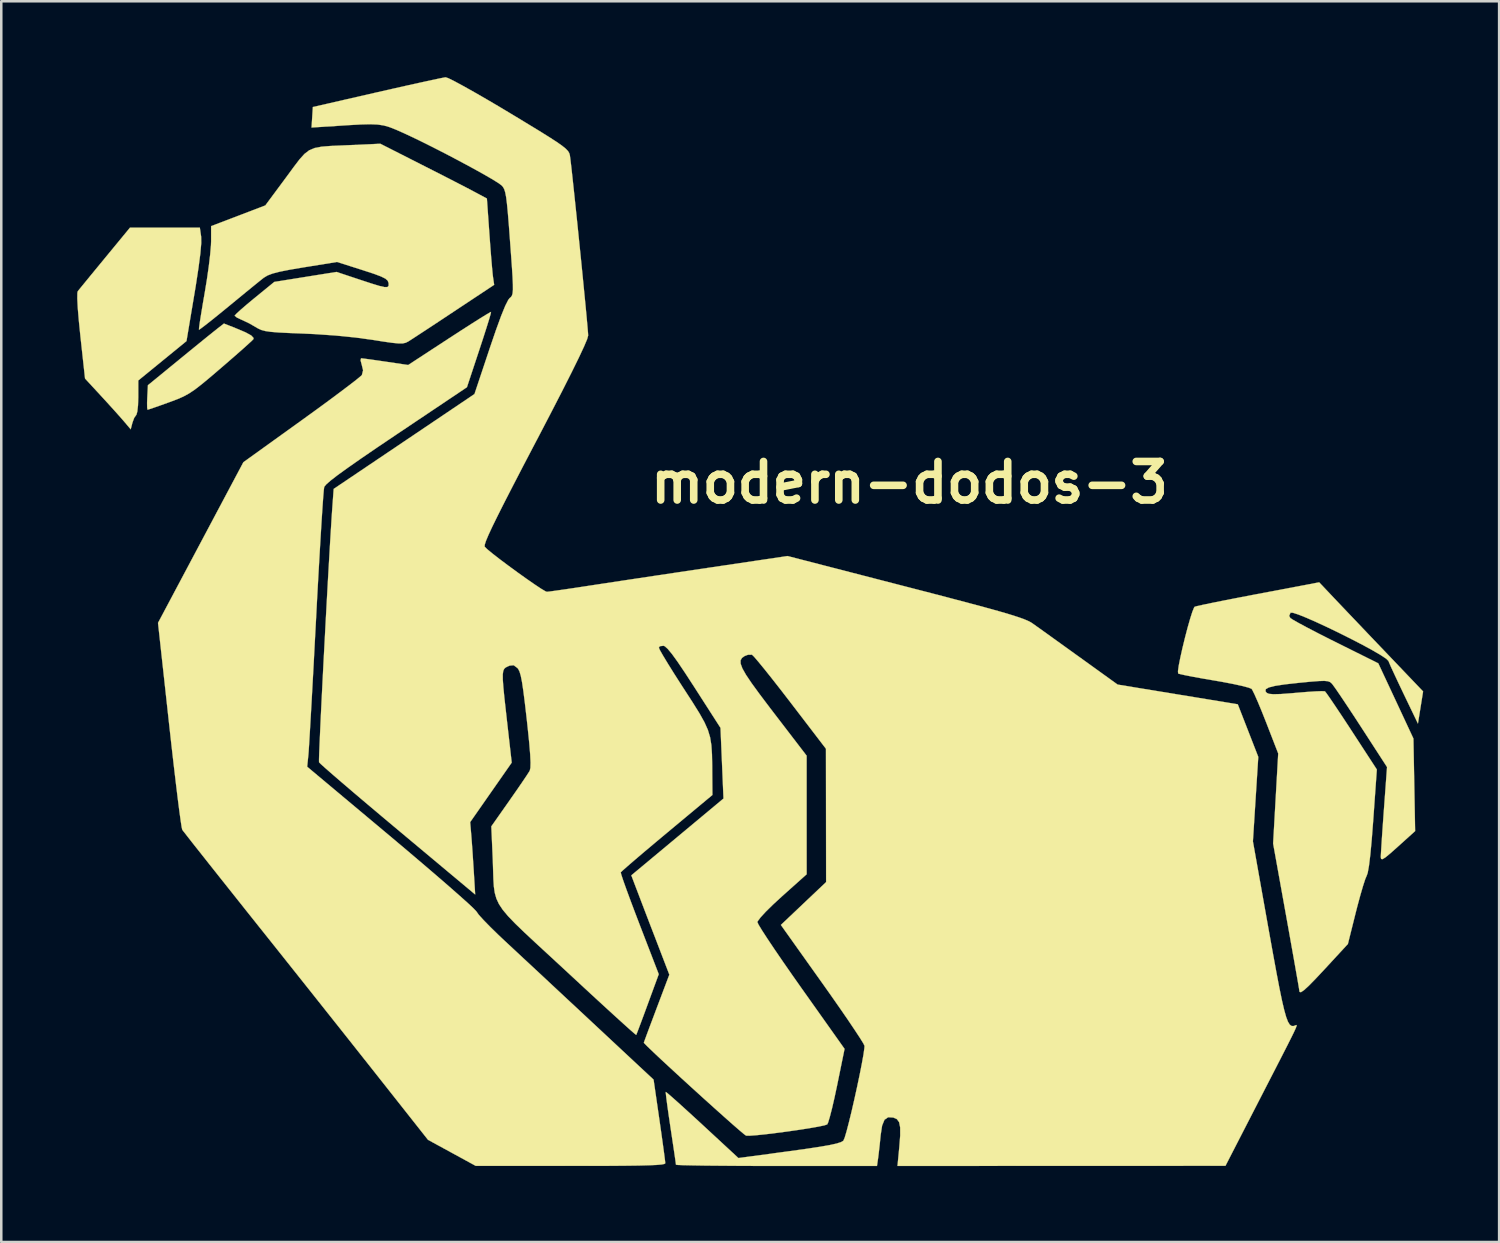
<source format=kicad_pcb>
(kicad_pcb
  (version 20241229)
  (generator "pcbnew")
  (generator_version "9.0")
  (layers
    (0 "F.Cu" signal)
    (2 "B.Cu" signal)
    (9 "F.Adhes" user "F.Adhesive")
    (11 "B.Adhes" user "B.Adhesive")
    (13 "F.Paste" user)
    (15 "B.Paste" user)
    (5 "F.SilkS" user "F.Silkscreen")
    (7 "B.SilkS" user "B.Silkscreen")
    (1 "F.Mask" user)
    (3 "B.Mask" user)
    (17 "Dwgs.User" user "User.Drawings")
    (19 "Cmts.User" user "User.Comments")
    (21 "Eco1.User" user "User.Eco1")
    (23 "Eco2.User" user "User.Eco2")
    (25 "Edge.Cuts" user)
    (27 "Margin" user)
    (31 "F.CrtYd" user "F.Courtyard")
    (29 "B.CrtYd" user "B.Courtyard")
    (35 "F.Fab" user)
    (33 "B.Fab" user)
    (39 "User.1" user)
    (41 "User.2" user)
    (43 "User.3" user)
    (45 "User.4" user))
  (footprint "modern-dodos-3"
    (layer "F.Cu")
    (at 32.895 16.022)
    (property "Reference" "modern-dodos-3" (at 0 0 0) (layer "F.SilkS") (effects (font (size 1.524 1.524) (thickness 0.3))))
    (attr through_hole)
    (fp_poly (pts (xy -26.607 -6.092) (xy -26.236 -5.935) (xy -26.014 -5.812) (xy -25.925 -5.716) (xy -25.926 -5.672) (xy -25.995 -5.601) (xy -26.173 -5.438) (xy -26.439 -5.2) (xy -26.774 -4.907) (xy -27.157 -4.575) (xy -27.196 -4.542) (xy -27.634 -4.167) (xy -27.974 -3.885) (xy -28.244 -3.676) (xy -28.474 -3.522) (xy -28.693 -3.402) (xy -28.928 -3.299) (xy -29.21 -3.192) (xy -29.259 -3.175) (xy -29.603 -3.051) (xy -29.883 -2.953) (xy -30.064 -2.893) (xy -30.113 -2.879) (xy -30.129 -2.955) (xy -30.132 -3.154) (xy -30.124 -3.363) (xy -30.099 -3.847) (xy -28.871 -4.852) (xy -28.463 -5.186) (xy -28.081 -5.497) (xy -27.752 -5.764) (xy -27.503 -5.964) (xy -27.369 -6.071) (xy -27.094 -6.285) (xy -26.607 -6.092)) (stroke (width 0.01) (type solid)) (fill yes) (layer "F.SilkS"))
    (fp_poly (pts (xy -27.995 -9.716) (xy -27.991 -9.469) (xy -28.026 -9.06) (xy -28.1 -8.49) (xy -28.211 -7.761) (xy -28.259 -7.473) (xy -28.575 -5.591) (xy -29.527 -4.813) (xy -30.48 -4.035) (xy -30.48 -3.377) (xy -30.49 -3.059) (xy -30.517 -2.811) (xy -30.554 -2.677) (xy -30.563 -2.668) (xy -30.642 -2.556) (xy -30.713 -2.36) (xy -30.779 -2.105) (xy -31.032 -2.404) (xy -31.195 -2.591) (xy -31.437 -2.862) (xy -31.722 -3.176) (xy -31.934 -3.407) (xy -32.584 -4.111) (xy -32.767 -5.785) (xy -32.829 -6.399) (xy -32.871 -6.899) (xy -32.89 -7.269) (xy -32.887 -7.496) (xy -32.872 -7.56) (xy -32.795 -7.656) (xy -32.629 -7.859) (xy -32.393 -8.148) (xy -32.104 -8.499) (xy -31.8 -8.869) (xy -30.807 -10.075) (xy -28.047 -10.075) (xy -27.995 -9.716)) (stroke (width 0.01) (type solid)) (fill yes) (layer "F.SilkS"))
    (fp_poly (pts (xy -19.326 -12.585) (xy -18.812 -12.324) (xy -18.314 -12.07) (xy -17.865 -11.839) (xy -17.497 -11.649) (xy -17.243 -11.515) (xy -17.22 -11.503) (xy -16.702 -11.226) (xy -16.603 -9.825) (xy -16.567 -9.331) (xy -16.531 -8.874) (xy -16.498 -8.491) (xy -16.472 -8.218) (xy -16.46 -8.12) (xy -16.415 -7.815) (xy -18.008 -6.76) (xy -18.48 -6.447) (xy -18.916 -6.159) (xy -19.293 -5.912) (xy -19.585 -5.721) (xy -19.77 -5.601) (xy -19.812 -5.575) (xy -19.91 -5.526) (xy -20.028 -5.5) (xy -20.196 -5.499) (xy -20.444 -5.523) (xy -20.803 -5.574) (xy -21.209 -5.639) (xy -21.891 -5.732) (xy -22.679 -5.811) (xy -23.507 -5.868) (xy -23.961 -5.889) (xy -24.521 -5.911) (xy -24.94 -5.932) (xy -25.244 -5.957) (xy -25.461 -5.989) (xy -25.619 -6.032) (xy -25.744 -6.089) (xy -25.823 -6.136) (xy -26.093 -6.291) (xy -26.363 -6.42) (xy -26.395 -6.433) (xy -26.578 -6.519) (xy -26.668 -6.589) (xy -26.67 -6.596) (xy -26.608 -6.668) (xy -26.44 -6.823) (xy -26.191 -7.038) (xy -25.887 -7.291) (xy -25.104 -7.93) (xy -23.875 -8.127) (xy -22.645 -8.324) (xy -21.715 -8.015) (xy -21.262 -7.866) (xy -20.946 -7.77) (xy -20.744 -7.725) (xy -20.632 -7.728) (xy -20.587 -7.777) (xy -20.586 -7.868) (xy -20.589 -7.892) (xy -20.622 -7.979) (xy -20.712 -8.059) (xy -20.885 -8.145) (xy -21.166 -8.251) (xy -21.583 -8.387) (xy -21.621 -8.4) (xy -22.625 -8.719) (xy -23.944 -8.506) (xy -24.483 -8.415) (xy -24.883 -8.336) (xy -25.169 -8.262) (xy -25.37 -8.186) (xy -25.513 -8.1) (xy -25.522 -8.094) (xy -25.673 -7.974) (xy -25.926 -7.769) (xy -26.255 -7.501) (xy -26.631 -7.192) (xy -26.919 -6.955) (xy -27.29 -6.652) (xy -27.613 -6.392) (xy -27.867 -6.193) (xy -28.03 -6.071) (xy -28.082 -6.041) (xy -28.076 -6.128) (xy -28.045 -6.354) (xy -27.991 -6.692) (xy -27.921 -7.114) (xy -27.854 -7.499) (xy -27.768 -8.024) (xy -27.694 -8.542) (xy -27.639 -9.008) (xy -27.607 -9.377) (xy -27.601 -9.534) (xy -27.601 -10.135) (xy -26.53 -10.544) (xy -25.459 -10.953) (xy -24.626 -12.077) (xy -24.333 -12.476) (xy -24.106 -12.774) (xy -23.913 -12.988) (xy -23.725 -13.132) (xy -23.508 -13.223) (xy -23.233 -13.275) (xy -22.867 -13.304) (xy -22.38 -13.325) (xy -22.078 -13.338) (xy -20.915 -13.391) (xy -19.326 -12.585)) (stroke (width 0.01) (type solid)) (fill yes) (layer "F.SilkS"))
    (fp_poly (pts (xy -16.555 -6.66) (xy -16.618 -6.441) (xy -16.72 -6.113) (xy -16.852 -5.701) (xy -17.002 -5.244) (xy -17.491 -3.768) (xy -20.281 -1.897) (xy -21.056 -1.375) (xy -21.695 -0.938) (xy -22.206 -0.58) (xy -22.598 -0.297) (xy -22.877 -0.081) (xy -23.051 0.072) (xy -23.129 0.168) (xy -23.132 0.177) (xy -23.148 0.297) (xy -23.171 0.571) (xy -23.2 0.982) (xy -23.235 1.516) (xy -23.274 2.156) (xy -23.317 2.887) (xy -23.363 3.694) (xy -23.411 4.561) (xy -23.451 5.334) (xy -23.5 6.249) (xy -23.546 7.126) (xy -23.591 7.947) (xy -23.632 8.696) (xy -23.67 9.356) (xy -23.702 9.91) (xy -23.728 10.343) (xy -23.747 10.636) (xy -23.757 10.759) (xy -23.805 11.231) (xy -20.49 14.007) (xy -19.844 14.551) (xy -19.237 15.067) (xy -18.681 15.543) (xy -18.189 15.969) (xy -17.774 16.334) (xy -17.448 16.626) (xy -17.225 16.836) (xy -17.115 16.951) (xy -17.107 16.965) (xy -17.024 17.081) (xy -16.837 17.288) (xy -16.57 17.561) (xy -16.245 17.879) (xy -15.991 18.119) (xy -15.682 18.406) (xy -15.272 18.788) (xy -14.782 19.244) (xy -14.235 19.754) (xy -13.653 20.297) (xy -13.057 20.852) (xy -12.529 21.345) (xy -10.114 23.598) (xy -9.882 25.198) (xy -9.81 25.703) (xy -9.747 26.155) (xy -9.697 26.523) (xy -9.664 26.782) (xy -9.651 26.901) (xy -9.651 26.903) (xy -9.685 26.929) (xy -9.795 26.951) (xy -9.993 26.969) (xy -10.292 26.982) (xy -10.702 26.993) (xy -11.237 27) (xy -11.908 27.005) (xy -12.729 27.007) (xy -13.399 27.007) (xy -17.145 27.005) (xy -18.087 26.49) (xy -19.03 25.976) (xy -20.878 23.635) (xy -21.305 23.095) (xy -21.818 22.447) (xy -22.398 21.715) (xy -23.027 20.923) (xy -23.685 20.094) (xy -24.353 19.254) (xy -25.012 18.426) (xy -25.643 17.634) (xy -25.697 17.567) (xy -26.249 16.874) (xy -26.77 16.218) (xy -27.251 15.613) (xy -27.682 15.07) (xy -28.053 14.601) (xy -28.354 14.22) (xy -28.575 13.937) (xy -28.708 13.767) (xy -28.742 13.72) (xy -28.766 13.614) (xy -28.805 13.357) (xy -28.859 12.965) (xy -28.924 12.455) (xy -28.998 11.845) (xy -29.08 11.151) (xy -29.167 10.391) (xy -29.257 9.581) (xy -29.258 9.573) (xy -29.7 5.546) (xy -28.013 2.371) (xy -26.326 -0.804) (xy -24.03 -2.455) (xy -23.477 -2.855) (xy -22.967 -3.228) (xy -22.517 -3.563) (xy -22.142 -3.846) (xy -21.86 -4.064) (xy -21.688 -4.206) (xy -21.642 -4.252) (xy -21.595 -4.438) (xy -21.648 -4.655) (xy -21.694 -4.828) (xy -21.676 -4.91) (xy -21.67 -4.911) (xy -21.56 -4.899) (xy -21.32 -4.867) (xy -20.99 -4.82) (xy -20.704 -4.778) (xy -19.813 -4.646) (xy -18.188 -5.708) (xy -17.724 -6.009) (xy -17.309 -6.275) (xy -16.964 -6.493) (xy -16.709 -6.65) (xy -16.563 -6.734) (xy -16.538 -6.744) (xy -16.555 -6.66)) (stroke (width 0.01) (type solid)) (fill yes) (layer "F.SilkS"))
    (fp_poly (pts (xy 16.79 4.575) (xy 17.023 4.82) (xy 17.347 5.161) (xy 17.738 5.571) (xy 18.168 6.023) (xy 18.613 6.489) (xy 18.844 6.731) (xy 20.299 8.255) (xy 20.095 9.525) (xy 19.537 8.365) (xy 19.339 7.949) (xy 19.165 7.578) (xy 19.029 7.283) (xy 18.947 7.094) (xy 18.931 7.052) (xy 18.841 6.962) (xy 18.625 6.819) (xy 18.309 6.634) (xy 17.917 6.42) (xy 17.474 6.19) (xy 17.005 5.955) (xy 16.536 5.728) (xy 16.091 5.521) (xy 15.696 5.347) (xy 15.375 5.218) (xy 15.154 5.146) (xy 15.059 5.142) (xy 15.006 5.27) (xy 15.051 5.352) (xy 15.151 5.42) (xy 15.38 5.55) (xy 15.715 5.73) (xy 16.132 5.947) (xy 16.609 6.189) (xy 16.835 6.302) (xy 18.528 7.144) (xy 19.223 8.631) (xy 19.917 10.118) (xy 19.951 11.946) (xy 19.984 13.774) (xy 19.305 14.387) (xy 19.006 14.653) (xy 18.809 14.815) (xy 18.694 14.885) (xy 18.64 14.875) (xy 18.627 14.802) (xy 18.634 14.659) (xy 18.651 14.377) (xy 18.676 13.984) (xy 18.709 13.511) (xy 18.746 12.987) (xy 18.751 12.924) (xy 18.874 11.244) (xy 17.851 9.665) (xy 17.546 9.197) (xy 17.264 8.771) (xy 17.022 8.409) (xy 16.834 8.135) (xy 16.715 7.972) (xy 16.69 7.942) (xy 16.624 7.885) (xy 16.533 7.851) (xy 16.389 7.838) (xy 16.163 7.845) (xy 15.826 7.872) (xy 15.376 7.916) (xy 14.835 7.976) (xy 14.449 8.035) (xy 14.202 8.097) (xy 14.081 8.166) (xy 14.071 8.247) (xy 14.119 8.311) (xy 14.207 8.35) (xy 14.386 8.366) (xy 14.678 8.358) (xy 15.106 8.326) (xy 15.286 8.31) (xy 15.696 8.276) (xy 16.044 8.253) (xy 16.295 8.244) (xy 16.417 8.25) (xy 16.421 8.252) (xy 16.484 8.332) (xy 16.625 8.533) (xy 16.829 8.834) (xy 17.082 9.213) (xy 17.369 9.649) (xy 17.478 9.817) (xy 18.471 11.341) (xy 18.328 13.349) (xy 18.27 14.102) (xy 18.214 14.703) (xy 18.16 15.146) (xy 18.109 15.428) (xy 18.073 15.531) (xy 18.013 15.672) (xy 17.925 15.944) (xy 17.817 16.314) (xy 17.7 16.748) (xy 17.643 16.971) (xy 17.327 18.236) (xy 16.444 19.193) (xy 16.065 19.598) (xy 15.786 19.884) (xy 15.592 20.061) (xy 15.473 20.141) (xy 15.418 20.132) (xy 15.409 20.09) (xy 15.395 19.995) (xy 15.354 19.753) (xy 15.289 19.384) (xy 15.205 18.906) (xy 15.104 18.34) (xy 14.991 17.704) (xy 14.891 17.148) (xy 14.372 14.266) (xy 14.573 10.707) (xy 14.097 9.481) (xy 13.926 9.05) (xy 13.769 8.672) (xy 13.639 8.377) (xy 13.548 8.194) (xy 13.521 8.153) (xy 13.406 8.106) (xy 13.155 8.039) (xy 12.798 7.961) (xy 12.365 7.878) (xy 12.065 7.826) (xy 11.602 7.747) (xy 11.195 7.673) (xy 10.875 7.61) (xy 10.673 7.564) (xy 10.619 7.547) (xy 10.611 7.454) (xy 10.642 7.232) (xy 10.705 6.916) (xy 10.789 6.539) (xy 10.887 6.136) (xy 10.99 5.741) (xy 11.091 5.387) (xy 11.179 5.109) (xy 11.248 4.94) (xy 11.272 4.908) (xy 11.369 4.882) (xy 11.611 4.828) (xy 11.977 4.752) (xy 12.445 4.658) (xy 12.993 4.551) (xy 13.602 4.434) (xy 13.765 4.403) (xy 16.192 3.943) (xy 16.79 4.575)) (stroke (width 0.01) (type solid)) (fill yes) (layer "F.SilkS"))
    (fp_poly (pts (xy -18.219 -15.978) (xy -17.981 -15.86) (xy -17.637 -15.674) (xy -17.204 -15.431) (xy -16.701 -15.141) (xy -16.147 -14.815) (xy -15.815 -14.616) (xy -15.167 -14.224) (xy -14.649 -13.909) (xy -14.248 -13.659) (xy -13.946 -13.464) (xy -13.731 -13.313) (xy -13.586 -13.196) (xy -13.496 -13.102) (xy -13.448 -13.021) (xy -13.424 -12.941) (xy -13.422 -12.93) (xy -13.4 -12.765) (xy -13.364 -12.458) (xy -13.317 -12.031) (xy -13.261 -11.507) (xy -13.198 -10.909) (xy -13.13 -10.26) (xy -13.061 -9.581) (xy -12.991 -8.895) (xy -12.924 -8.225) (xy -12.862 -7.594) (xy -12.806 -7.023) (xy -12.76 -6.536) (xy -12.726 -6.155) (xy -12.705 -5.903) (xy -12.7 -5.811) (xy -12.74 -5.667) (xy -12.862 -5.378) (xy -13.065 -4.944) (xy -13.35 -4.364) (xy -13.716 -3.639) (xy -14.165 -2.767) (xy -14.696 -1.747) (xy -14.786 -1.577) (xy -15.27 -0.652) (xy -15.677 0.134) (xy -16.014 0.79) (xy -16.283 1.325) (xy -16.491 1.749) (xy -16.641 2.073) (xy -16.738 2.304) (xy -16.786 2.452) (xy -16.791 2.528) (xy -16.789 2.534) (xy -16.692 2.632) (xy -16.487 2.801) (xy -16.202 3.023) (xy -15.866 3.275) (xy -15.506 3.539) (xy -15.15 3.793) (xy -14.826 4.018) (xy -14.563 4.193) (xy -14.387 4.297) (xy -14.333 4.318) (xy -14.221 4.306) (xy -13.968 4.271) (xy -13.602 4.219) (xy -13.15 4.152) (xy -12.64 4.074) (xy -12.554 4.061) (xy -12.054 3.985) (xy -11.422 3.889) (xy -10.693 3.779) (xy -9.901 3.66) (xy -9.084 3.538) (xy -8.275 3.417) (xy -7.849 3.354) (xy -4.819 2.904) (xy -0.158 4.108) (xy 0.864 4.372) (xy 1.734 4.6) (xy 2.466 4.794) (xy 3.073 4.958) (xy 3.567 5.095) (xy 3.961 5.211) (xy 4.267 5.308) (xy 4.5 5.389) (xy 4.672 5.46) (xy 4.795 5.523) (xy 4.854 5.561) (xy 5.028 5.685) (xy 5.314 5.889) (xy 5.684 6.155) (xy 6.113 6.463) (xy 6.574 6.795) (xy 6.717 6.897) (xy 8.226 7.984) (xy 10.601 8.374) (xy 12.975 8.763) (xy 13.785 10.842) (xy 13.679 12.512) (xy 13.573 14.182) (xy 14.199 17.694) (xy 14.363 18.604) (xy 14.502 19.361) (xy 14.62 19.978) (xy 14.721 20.467) (xy 14.809 20.843) (xy 14.886 21.118) (xy 14.957 21.306) (xy 15.026 21.42) (xy 15.095 21.474) (xy 15.168 21.481) (xy 15.221 21.466) (xy 15.259 21.449) (xy 15.288 21.439) (xy 15.302 21.448) (xy 15.294 21.492) (xy 15.258 21.583) (xy 15.188 21.735) (xy 15.076 21.962) (xy 14.916 22.279) (xy 14.702 22.698) (xy 14.427 23.233) (xy 14.085 23.898) (xy 13.885 24.287) (xy 12.488 27.004) (xy 6.007 27.006) (xy -0.474 27.009) (xy -0.403 26.268) (xy -0.367 25.807) (xy -0.368 25.486) (xy -0.41 25.278) (xy -0.5 25.157) (xy -0.637 25.096) (xy -0.844 25.084) (xy -0.988 25.184) (xy -1.082 25.414) (xy -1.14 25.792) (xy -1.141 25.807) (xy -1.176 26.158) (xy -1.214 26.491) (xy -1.239 26.691) (xy -1.285 27.009) (xy -5.257 27.009) (xy -6.059 27.008) (xy -6.806 27.005) (xy -7.484 27) (xy -8.073 26.995) (xy -8.559 26.987) (xy -8.925 26.979) (xy -9.153 26.97) (xy -9.229 26.961) (xy -9.241 26.865) (xy -9.274 26.631) (xy -9.325 26.287) (xy -9.389 25.861) (xy -9.442 25.509) (xy -9.511 25.043) (xy -9.568 24.641) (xy -9.609 24.328) (xy -9.631 24.134) (xy -9.632 24.083) (xy -9.567 24.132) (xy -9.395 24.28) (xy -9.134 24.512) (xy -8.803 24.812) (xy -8.418 25.164) (xy -8.185 25.379) (xy -6.761 26.697) (xy -4.756 26.427) (xy -4.078 26.333) (xy -3.55 26.253) (xy -3.158 26.185) (xy -2.882 26.124) (xy -2.707 26.068) (xy -2.615 26.014) (xy -2.613 26.011) (xy -2.563 25.897) (xy -2.488 25.646) (xy -2.395 25.289) (xy -2.289 24.857) (xy -2.179 24.378) (xy -2.07 23.883) (xy -1.969 23.403) (xy -1.883 22.967) (xy -1.818 22.606) (xy -1.782 22.348) (xy -1.777 22.262) (xy -1.825 22.163) (xy -1.96 21.945) (xy -2.172 21.623) (xy -2.447 21.214) (xy -2.776 20.737) (xy -3.147 20.207) (xy -3.43 19.807) (xy -5.083 17.484) (xy -4.189 16.637) (xy -3.295 15.79) (xy -3.302 10.52) (xy -4.708 8.683) (xy -5.082 8.198) (xy -5.427 7.758) (xy -5.728 7.38) (xy -5.971 7.084) (xy -6.141 6.885) (xy -6.224 6.804) (xy -6.225 6.803) (xy -6.383 6.806) (xy -6.513 6.854) (xy -6.62 6.93) (xy -6.676 7.026) (xy -6.673 7.159) (xy -6.605 7.344) (xy -6.463 7.596) (xy -6.239 7.929) (xy -5.926 8.359) (xy -5.517 8.901) (xy -5.377 9.084) (xy -4.065 10.795) (xy -4.065 13.138) (xy -4.064 15.481) (xy -5.038 16.352) (xy -5.388 16.674) (xy -5.679 16.96) (xy -5.889 17.189) (xy -6 17.338) (xy -6.011 17.373) (xy -5.964 17.475) (xy -5.829 17.698) (xy -5.617 18.025) (xy -5.34 18.439) (xy -5.009 18.923) (xy -4.635 19.461) (xy -4.289 19.953) (xy -2.566 22.382) (xy -2.861 23.827) (xy -2.963 24.305) (xy -3.06 24.727) (xy -3.147 25.064) (xy -3.214 25.288) (xy -3.25 25.366) (xy -3.359 25.404) (xy -3.603 25.455) (xy -3.949 25.516) (xy -4.364 25.581) (xy -4.816 25.646) (xy -5.271 25.706) (xy -5.696 25.758) (xy -6.058 25.795) (xy -6.324 25.814) (xy -6.459 25.811) (xy -6.541 25.751) (xy -6.727 25.594) (xy -7.001 25.356) (xy -7.342 25.053) (xy -7.733 24.703) (xy -8.157 24.321) (xy -8.593 23.925) (xy -9.025 23.531) (xy -9.433 23.155) (xy -9.801 22.815) (xy -10.108 22.526) (xy -10.338 22.306) (xy -10.472 22.171) (xy -10.499 22.137) (xy -10.47 22.055) (xy -10.392 21.842) (xy -10.273 21.522) (xy -10.123 21.124) (xy -9.995 20.783) (xy -9.491 19.449) (xy -10.047 18) (xy -10.242 17.495) (xy -10.43 17.004) (xy -10.597 16.567) (xy -10.729 16.22) (xy -10.799 16.038) (xy -10.994 15.524) (xy -9.172 14.006) (xy -7.351 12.488) (xy -7.41 11.091) (xy -7.469 9.694) (xy -8.502 8.086) (xy -8.871 7.518) (xy -9.163 7.085) (xy -9.388 6.774) (xy -9.555 6.573) (xy -9.672 6.469) (xy -9.721 6.45) (xy -9.867 6.468) (xy -9.906 6.527) (xy -9.862 6.626) (xy -9.737 6.845) (xy -9.547 7.159) (xy -9.304 7.549) (xy -9.022 7.99) (xy -8.916 8.154) (xy -8.568 8.691) (xy -8.302 9.118) (xy -8.106 9.468) (xy -7.969 9.773) (xy -7.881 10.065) (xy -7.83 10.377) (xy -7.806 10.741) (xy -7.797 11.188) (xy -7.796 11.444) (xy -7.789 12.347) (xy -9.588 13.845) (xy -10.059 14.239) (xy -10.486 14.598) (xy -10.851 14.909) (xy -11.138 15.157) (xy -11.331 15.327) (xy -11.411 15.405) (xy -11.412 15.407) (xy -11.389 15.5) (xy -11.313 15.729) (xy -11.191 16.072) (xy -11.031 16.506) (xy -10.841 17.011) (xy -10.673 17.451) (xy -9.91 19.431) (xy -10.345 20.616) (xy -10.498 21.033) (xy -10.631 21.389) (xy -10.732 21.657) (xy -10.791 21.808) (xy -10.801 21.83) (xy -10.866 21.78) (xy -11.042 21.626) (xy -11.316 21.38) (xy -11.677 21.052) (xy -12.111 20.655) (xy -12.606 20.2) (xy -13.149 19.697) (xy -13.573 19.304) (xy -14.231 18.696) (xy -14.779 18.191) (xy -15.227 17.773) (xy -15.585 17.427) (xy -15.864 17.137) (xy -16.074 16.886) (xy -16.225 16.659) (xy -16.327 16.44) (xy -16.391 16.213) (xy -16.427 15.962) (xy -16.445 15.672) (xy -16.456 15.327) (xy -16.469 14.909) (xy -16.473 14.817) (xy -16.527 13.589) (xy -15.813 12.573) (xy -15.552 12.199) (xy -15.32 11.862) (xy -15.139 11.593) (xy -15.028 11.421) (xy -15.008 11.388) (xy -14.982 11.276) (xy -14.976 11.066) (xy -14.991 10.743) (xy -15.028 10.292) (xy -15.089 9.696) (xy -15.126 9.356) (xy -15.199 8.725) (xy -15.26 8.243) (xy -15.313 7.886) (xy -15.363 7.635) (xy -15.413 7.468) (xy -15.467 7.363) (xy -15.495 7.33) (xy -15.643 7.22) (xy -15.8 7.234) (xy -15.871 7.264) (xy -15.954 7.305) (xy -16.015 7.358) (xy -16.055 7.442) (xy -16.074 7.578) (xy -16.073 7.788) (xy -16.051 8.092) (xy -16.01 8.51) (xy -15.948 9.064) (xy -15.905 9.45) (xy -15.721 11.068) (xy -16.542 12.244) (xy -17.363 13.42) (xy -17.32 13.928) (xy -17.296 14.235) (xy -17.267 14.646) (xy -17.238 15.097) (xy -17.221 15.358) (xy -17.165 16.28) (xy -20.232 13.715) (xy -20.851 13.196) (xy -21.431 12.707) (xy -21.957 12.261) (xy -22.416 11.869) (xy -22.797 11.54) (xy -23.086 11.287) (xy -23.27 11.121) (xy -23.336 11.053) (xy -23.337 10.956) (xy -23.33 10.708) (xy -23.314 10.326) (xy -23.292 9.829) (xy -23.265 9.234) (xy -23.232 8.559) (xy -23.195 7.821) (xy -23.155 7.04) (xy -23.112 6.232) (xy -23.069 5.415) (xy -23.025 4.607) (xy -22.982 3.826) (xy -22.94 3.09) (xy -22.901 2.416) (xy -22.865 1.823) (xy -22.834 1.327) (xy -22.811 0.993) (xy -22.757 0.251) (xy -19.975 -1.623) (xy -17.193 -3.498) (xy -16.584 -5.323) (xy -16.343 -6.028) (xy -16.141 -6.581) (xy -15.979 -6.98) (xy -15.857 -7.22) (xy -15.804 -7.288) (xy -15.751 -7.334) (xy -15.711 -7.391) (xy -15.686 -7.478) (xy -15.673 -7.617) (xy -15.674 -7.829) (xy -15.688 -8.135) (xy -15.715 -8.556) (xy -15.755 -9.113) (xy -15.783 -9.492) (xy -15.831 -10.141) (xy -15.872 -10.642) (xy -15.908 -11.018) (xy -15.942 -11.289) (xy -15.979 -11.476) (xy -16.02 -11.603) (xy -16.07 -11.688) (xy -16.116 -11.741) (xy -16.254 -11.843) (xy -16.519 -12.006) (xy -16.886 -12.217) (xy -17.33 -12.462) (xy -17.824 -12.728) (xy -18.345 -13.002) (xy -18.866 -13.268) (xy -19.364 -13.516) (xy -19.811 -13.73) (xy -19.981 -13.808) (xy -20.291 -13.946) (xy -20.545 -14.046) (xy -20.776 -14.113) (xy -21.02 -14.15) (xy -21.31 -14.162) (xy -21.681 -14.153) (xy -22.167 -14.126) (xy -22.505 -14.104) (xy -23.632 -14.032) (xy -23.58 -14.842) (xy -21.04 -15.424) (xy -20.401 -15.569) (xy -19.811 -15.702) (xy -19.29 -15.817) (xy -18.86 -15.911) (xy -18.543 -15.978) (xy -18.361 -16.013) (xy -18.33 -16.017) (xy -18.219 -15.978)) (stroke (width 0.01) (type solid)) (fill yes) (layer "F.SilkS")))
  (gr_rect
    (start -3 -3)
    (end 56.199 46.036)
    (stroke (width 0.1) (type default))
    (fill no)
    (layer "Edge.Cuts")))
</source>
